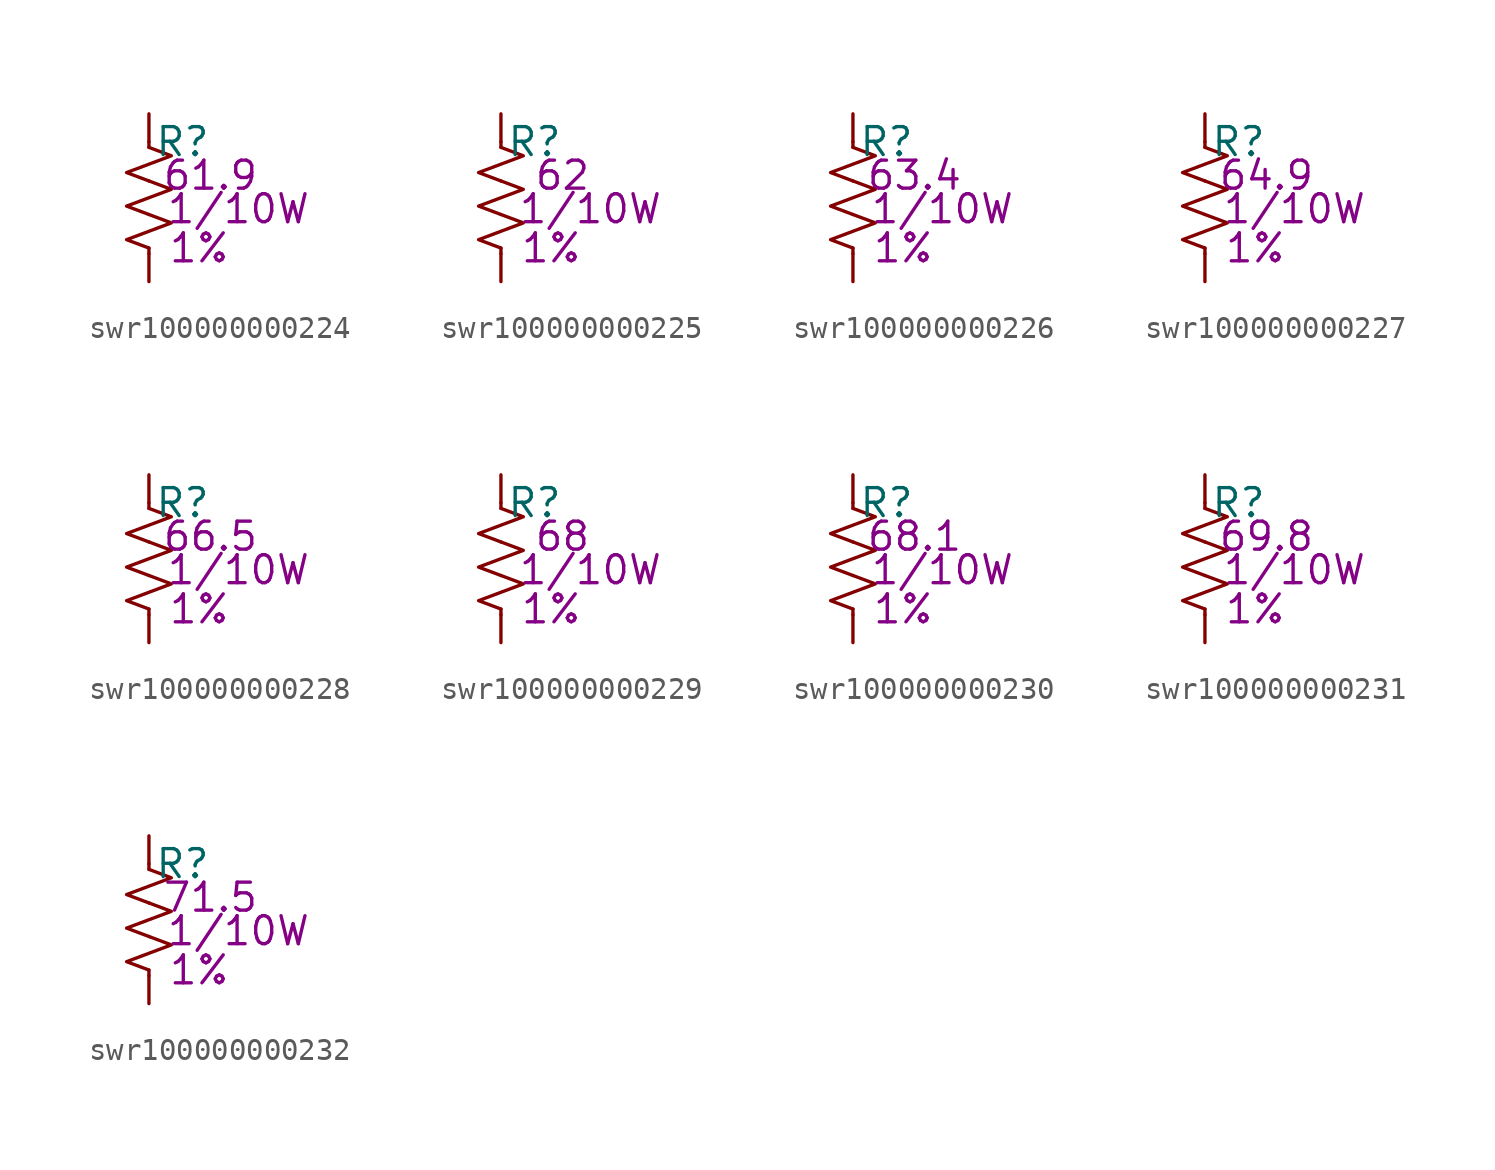
<source format=kicad_sym>
(kicad_symbol_lib
  (version 20211014)
  (generator kicad_symbol_editor)
  (symbol "swr100000000224"
    (pin_numbers hide)
    (pin_names
      (offset 1.016))
    (property "Reference" "R"
      (at 1.524 2.54 0)
      (effects (font (size 1.27 1.27))))
    (property "Tolerance" "1%"
      (at 2.286 -2.286 0)
      (effects (font (size 1.27 1.27))))
    (property "Wattage" "1/10W"
      (at 4.064 -0.508 0)
      (effects (font (size 1.27 1.27))))
    (property "PartValue" "61.9"
      (at 2.794 1.016 0)
      (effects (font (size 1.27 1.27))))
    (symbol "swr100000000224_1_1"
      (polyline (pts (xy 0 -2.286) (xy 0 -2.54)) (stroke (width 0) (type default) (color 0 0 0 0)) (fill (type none)))
      (polyline (pts (xy 0 2.286) (xy 0 2.54)) (stroke (width 0) (type default) (color 0 0 0 0)) (fill (type none)))
      (polyline (pts (xy 0 -0.762) (xy 1.016 -1.143) (xy 0 -1.524) (xy -1.016 -1.905) (xy 0 -2.286)) (stroke (width 0) (type default) (color 0 0 0 0)) (fill (type none)))
      (polyline (pts (xy 0 0.762) (xy 1.016 0.381) (xy 0 0) (xy -1.016 -0.381) (xy 0 -0.762)) (stroke (width 0) (type default) (color 0 0 0 0)) (fill (type none)))
      (polyline (pts (xy 0 2.286) (xy 1.016 1.905) (xy 0 1.524) (xy -1.016 1.143) (xy 0 0.762)) (stroke (width 0) (type default) (color 0 0 0 0)) (fill (type none)))
      (pin passive line (at 0 3.81 270) (length 1.27) (name "~" (effects (font (size 1.27 1.27)))) (number "1" (effects (font (size 1.27 1.27)))))
      (pin passive line (at 0 -3.81 90) (length 1.27) (name "~" (effects (font (size 1.27 1.27)))) (number "2" (effects (font (size 1.27 1.27)))))))
  (symbol "swr100000000225"
    (pin_numbers hide)
    (pin_names
      (offset 1.016))
    (property "Reference" "R"
      (at 1.524 2.54 0)
      (effects (font (size 1.27 1.27))))
    (property "Tolerance" "1%"
      (at 2.286 -2.286 0)
      (effects (font (size 1.27 1.27))))
    (property "Wattage" "1/10W"
      (at 4.064 -0.508 0)
      (effects (font (size 1.27 1.27))))
    (property "PartValue" "62"
      (at 2.794 1.016 0)
      (effects (font (size 1.27 1.27))))
    (symbol "swr100000000225_1_1"
      (polyline (pts (xy 0 -2.286) (xy 0 -2.54)) (stroke (width 0) (type default) (color 0 0 0 0)) (fill (type none)))
      (polyline (pts (xy 0 2.286) (xy 0 2.54)) (stroke (width 0) (type default) (color 0 0 0 0)) (fill (type none)))
      (polyline (pts (xy 0 -0.762) (xy 1.016 -1.143) (xy 0 -1.524) (xy -1.016 -1.905) (xy 0 -2.286)) (stroke (width 0) (type default) (color 0 0 0 0)) (fill (type none)))
      (polyline (pts (xy 0 0.762) (xy 1.016 0.381) (xy 0 0) (xy -1.016 -0.381) (xy 0 -0.762)) (stroke (width 0) (type default) (color 0 0 0 0)) (fill (type none)))
      (polyline (pts (xy 0 2.286) (xy 1.016 1.905) (xy 0 1.524) (xy -1.016 1.143) (xy 0 0.762)) (stroke (width 0) (type default) (color 0 0 0 0)) (fill (type none)))
      (pin passive line (at 0 3.81 270) (length 1.27) (name "~" (effects (font (size 1.27 1.27)))) (number "1" (effects (font (size 1.27 1.27)))))
      (pin passive line (at 0 -3.81 90) (length 1.27) (name "~" (effects (font (size 1.27 1.27)))) (number "2" (effects (font (size 1.27 1.27)))))))
  (symbol "swr100000000226"
    (pin_numbers hide)
    (pin_names
      (offset 1.016))
    (property "Reference" "R"
      (at 1.524 2.54 0)
      (effects (font (size 1.27 1.27))))
    (property "Tolerance" "1%"
      (at 2.286 -2.286 0)
      (effects (font (size 1.27 1.27))))
    (property "Wattage" "1/10W"
      (at 4.064 -0.508 0)
      (effects (font (size 1.27 1.27))))
    (property "PartValue" "63.4"
      (at 2.794 1.016 0)
      (effects (font (size 1.27 1.27))))
    (symbol "swr100000000226_1_1"
      (polyline (pts (xy 0 -2.286) (xy 0 -2.54)) (stroke (width 0) (type default) (color 0 0 0 0)) (fill (type none)))
      (polyline (pts (xy 0 2.286) (xy 0 2.54)) (stroke (width 0) (type default) (color 0 0 0 0)) (fill (type none)))
      (polyline (pts (xy 0 -0.762) (xy 1.016 -1.143) (xy 0 -1.524) (xy -1.016 -1.905) (xy 0 -2.286)) (stroke (width 0) (type default) (color 0 0 0 0)) (fill (type none)))
      (polyline (pts (xy 0 0.762) (xy 1.016 0.381) (xy 0 0) (xy -1.016 -0.381) (xy 0 -0.762)) (stroke (width 0) (type default) (color 0 0 0 0)) (fill (type none)))
      (polyline (pts (xy 0 2.286) (xy 1.016 1.905) (xy 0 1.524) (xy -1.016 1.143) (xy 0 0.762)) (stroke (width 0) (type default) (color 0 0 0 0)) (fill (type none)))
      (pin passive line (at 0 3.81 270) (length 1.27) (name "~" (effects (font (size 1.27 1.27)))) (number "1" (effects (font (size 1.27 1.27)))))
      (pin passive line (at 0 -3.81 90) (length 1.27) (name "~" (effects (font (size 1.27 1.27)))) (number "2" (effects (font (size 1.27 1.27)))))))
  (symbol "swr100000000227"
    (pin_numbers hide)
    (pin_names
      (offset 1.016))
    (property "Reference" "R"
      (at 1.524 2.54 0)
      (effects (font (size 1.27 1.27))))
    (property "Tolerance" "1%"
      (at 2.286 -2.286 0)
      (effects (font (size 1.27 1.27))))
    (property "Wattage" "1/10W"
      (at 4.064 -0.508 0)
      (effects (font (size 1.27 1.27))))
    (property "PartValue" "64.9"
      (at 2.794 1.016 0)
      (effects (font (size 1.27 1.27))))
    (symbol "swr100000000227_1_1"
      (polyline (pts (xy 0 -2.286) (xy 0 -2.54)) (stroke (width 0) (type default) (color 0 0 0 0)) (fill (type none)))
      (polyline (pts (xy 0 2.286) (xy 0 2.54)) (stroke (width 0) (type default) (color 0 0 0 0)) (fill (type none)))
      (polyline (pts (xy 0 -0.762) (xy 1.016 -1.143) (xy 0 -1.524) (xy -1.016 -1.905) (xy 0 -2.286)) (stroke (width 0) (type default) (color 0 0 0 0)) (fill (type none)))
      (polyline (pts (xy 0 0.762) (xy 1.016 0.381) (xy 0 0) (xy -1.016 -0.381) (xy 0 -0.762)) (stroke (width 0) (type default) (color 0 0 0 0)) (fill (type none)))
      (polyline (pts (xy 0 2.286) (xy 1.016 1.905) (xy 0 1.524) (xy -1.016 1.143) (xy 0 0.762)) (stroke (width 0) (type default) (color 0 0 0 0)) (fill (type none)))
      (pin passive line (at 0 3.81 270) (length 1.27) (name "~" (effects (font (size 1.27 1.27)))) (number "1" (effects (font (size 1.27 1.27)))))
      (pin passive line (at 0 -3.81 90) (length 1.27) (name "~" (effects (font (size 1.27 1.27)))) (number "2" (effects (font (size 1.27 1.27)))))))
  (symbol "swr100000000228"
    (pin_numbers hide)
    (pin_names
      (offset 1.016))
    (property "Reference" "R"
      (at 1.524 2.54 0)
      (effects (font (size 1.27 1.27))))
    (property "Tolerance" "1%"
      (at 2.286 -2.286 0)
      (effects (font (size 1.27 1.27))))
    (property "Wattage" "1/10W"
      (at 4.064 -0.508 0)
      (effects (font (size 1.27 1.27))))
    (property "PartValue" "66.5"
      (at 2.794 1.016 0)
      (effects (font (size 1.27 1.27))))
    (symbol "swr100000000228_1_1"
      (polyline (pts (xy 0 -2.286) (xy 0 -2.54)) (stroke (width 0) (type default) (color 0 0 0 0)) (fill (type none)))
      (polyline (pts (xy 0 2.286) (xy 0 2.54)) (stroke (width 0) (type default) (color 0 0 0 0)) (fill (type none)))
      (polyline (pts (xy 0 -0.762) (xy 1.016 -1.143) (xy 0 -1.524) (xy -1.016 -1.905) (xy 0 -2.286)) (stroke (width 0) (type default) (color 0 0 0 0)) (fill (type none)))
      (polyline (pts (xy 0 0.762) (xy 1.016 0.381) (xy 0 0) (xy -1.016 -0.381) (xy 0 -0.762)) (stroke (width 0) (type default) (color 0 0 0 0)) (fill (type none)))
      (polyline (pts (xy 0 2.286) (xy 1.016 1.905) (xy 0 1.524) (xy -1.016 1.143) (xy 0 0.762)) (stroke (width 0) (type default) (color 0 0 0 0)) (fill (type none)))
      (pin passive line (at 0 3.81 270) (length 1.27) (name "~" (effects (font (size 1.27 1.27)))) (number "1" (effects (font (size 1.27 1.27)))))
      (pin passive line (at 0 -3.81 90) (length 1.27) (name "~" (effects (font (size 1.27 1.27)))) (number "2" (effects (font (size 1.27 1.27)))))))
  (symbol "swr100000000229"
    (pin_numbers hide)
    (pin_names
      (offset 1.016))
    (property "Reference" "R"
      (at 1.524 2.54 0)
      (effects (font (size 1.27 1.27))))
    (property "Tolerance" "1%"
      (at 2.286 -2.286 0)
      (effects (font (size 1.27 1.27))))
    (property "Wattage" "1/10W"
      (at 4.064 -0.508 0)
      (effects (font (size 1.27 1.27))))
    (property "PartValue" "68"
      (at 2.794 1.016 0)
      (effects (font (size 1.27 1.27))))
    (symbol "swr100000000229_1_1"
      (polyline (pts (xy 0 -2.286) (xy 0 -2.54)) (stroke (width 0) (type default) (color 0 0 0 0)) (fill (type none)))
      (polyline (pts (xy 0 2.286) (xy 0 2.54)) (stroke (width 0) (type default) (color 0 0 0 0)) (fill (type none)))
      (polyline (pts (xy 0 -0.762) (xy 1.016 -1.143) (xy 0 -1.524) (xy -1.016 -1.905) (xy 0 -2.286)) (stroke (width 0) (type default) (color 0 0 0 0)) (fill (type none)))
      (polyline (pts (xy 0 0.762) (xy 1.016 0.381) (xy 0 0) (xy -1.016 -0.381) (xy 0 -0.762)) (stroke (width 0) (type default) (color 0 0 0 0)) (fill (type none)))
      (polyline (pts (xy 0 2.286) (xy 1.016 1.905) (xy 0 1.524) (xy -1.016 1.143) (xy 0 0.762)) (stroke (width 0) (type default) (color 0 0 0 0)) (fill (type none)))
      (pin passive line (at 0 3.81 270) (length 1.27) (name "~" (effects (font (size 1.27 1.27)))) (number "1" (effects (font (size 1.27 1.27)))))
      (pin passive line (at 0 -3.81 90) (length 1.27) (name "~" (effects (font (size 1.27 1.27)))) (number "2" (effects (font (size 1.27 1.27)))))))
  (symbol "swr100000000230"
    (pin_numbers hide)
    (pin_names
      (offset 1.016))
    (property "Reference" "R"
      (at 1.524 2.54 0)
      (effects (font (size 1.27 1.27))))
    (property "Tolerance" "1%"
      (at 2.286 -2.286 0)
      (effects (font (size 1.27 1.27))))
    (property "Wattage" "1/10W"
      (at 4.064 -0.508 0)
      (effects (font (size 1.27 1.27))))
    (property "PartValue" "68.1"
      (at 2.794 1.016 0)
      (effects (font (size 1.27 1.27))))
    (symbol "swr100000000230_1_1"
      (polyline (pts (xy 0 -2.286) (xy 0 -2.54)) (stroke (width 0) (type default) (color 0 0 0 0)) (fill (type none)))
      (polyline (pts (xy 0 2.286) (xy 0 2.54)) (stroke (width 0) (type default) (color 0 0 0 0)) (fill (type none)))
      (polyline (pts (xy 0 -0.762) (xy 1.016 -1.143) (xy 0 -1.524) (xy -1.016 -1.905) (xy 0 -2.286)) (stroke (width 0) (type default) (color 0 0 0 0)) (fill (type none)))
      (polyline (pts (xy 0 0.762) (xy 1.016 0.381) (xy 0 0) (xy -1.016 -0.381) (xy 0 -0.762)) (stroke (width 0) (type default) (color 0 0 0 0)) (fill (type none)))
      (polyline (pts (xy 0 2.286) (xy 1.016 1.905) (xy 0 1.524) (xy -1.016 1.143) (xy 0 0.762)) (stroke (width 0) (type default) (color 0 0 0 0)) (fill (type none)))
      (pin passive line (at 0 3.81 270) (length 1.27) (name "~" (effects (font (size 1.27 1.27)))) (number "1" (effects (font (size 1.27 1.27)))))
      (pin passive line (at 0 -3.81 90) (length 1.27) (name "~" (effects (font (size 1.27 1.27)))) (number "2" (effects (font (size 1.27 1.27)))))))
  (symbol "swr100000000231"
    (pin_numbers hide)
    (pin_names
      (offset 1.016))
    (property "Reference" "R"
      (at 1.524 2.54 0)
      (effects (font (size 1.27 1.27))))
    (property "Tolerance" "1%"
      (at 2.286 -2.286 0)
      (effects (font (size 1.27 1.27))))
    (property "Wattage" "1/10W"
      (at 4.064 -0.508 0)
      (effects (font (size 1.27 1.27))))
    (property "PartValue" "69.8"
      (at 2.794 1.016 0)
      (effects (font (size 1.27 1.27))))
    (symbol "swr100000000231_1_1"
      (polyline (pts (xy 0 -2.286) (xy 0 -2.54)) (stroke (width 0) (type default) (color 0 0 0 0)) (fill (type none)))
      (polyline (pts (xy 0 2.286) (xy 0 2.54)) (stroke (width 0) (type default) (color 0 0 0 0)) (fill (type none)))
      (polyline (pts (xy 0 -0.762) (xy 1.016 -1.143) (xy 0 -1.524) (xy -1.016 -1.905) (xy 0 -2.286)) (stroke (width 0) (type default) (color 0 0 0 0)) (fill (type none)))
      (polyline (pts (xy 0 0.762) (xy 1.016 0.381) (xy 0 0) (xy -1.016 -0.381) (xy 0 -0.762)) (stroke (width 0) (type default) (color 0 0 0 0)) (fill (type none)))
      (polyline (pts (xy 0 2.286) (xy 1.016 1.905) (xy 0 1.524) (xy -1.016 1.143) (xy 0 0.762)) (stroke (width 0) (type default) (color 0 0 0 0)) (fill (type none)))
      (pin passive line (at 0 3.81 270) (length 1.27) (name "~" (effects (font (size 1.27 1.27)))) (number "1" (effects (font (size 1.27 1.27)))))
      (pin passive line (at 0 -3.81 90) (length 1.27) (name "~" (effects (font (size 1.27 1.27)))) (number "2" (effects (font (size 1.27 1.27)))))))
  (symbol "swr100000000232"
    (pin_numbers hide)
    (pin_names
      (offset 1.016))
    (property "Reference" "R"
      (at 1.524 2.54 0)
      (effects (font (size 1.27 1.27))))
    (property "Tolerance" "1%"
      (at 2.286 -2.286 0)
      (effects (font (size 1.27 1.27))))
    (property "Wattage" "1/10W"
      (at 4.064 -0.508 0)
      (effects (font (size 1.27 1.27))))
    (property "PartValue" "71.5"
      (at 2.794 1.016 0)
      (effects (font (size 1.27 1.27))))
    (symbol "swr100000000232_1_1"
      (polyline (pts (xy 0 -2.286) (xy 0 -2.54)) (stroke (width 0) (type default) (color 0 0 0 0)) (fill (type none)))
      (polyline (pts (xy 0 2.286) (xy 0 2.54)) (stroke (width 0) (type default) (color 0 0 0 0)) (fill (type none)))
      (polyline (pts (xy 0 -0.762) (xy 1.016 -1.143) (xy 0 -1.524) (xy -1.016 -1.905) (xy 0 -2.286)) (stroke (width 0) (type default) (color 0 0 0 0)) (fill (type none)))
      (polyline (pts (xy 0 0.762) (xy 1.016 0.381) (xy 0 0) (xy -1.016 -0.381) (xy 0 -0.762)) (stroke (width 0) (type default) (color 0 0 0 0)) (fill (type none)))
      (polyline (pts (xy 0 2.286) (xy 1.016 1.905) (xy 0 1.524) (xy -1.016 1.143) (xy 0 0.762)) (stroke (width 0) (type default) (color 0 0 0 0)) (fill (type none)))
      (pin passive line (at 0 3.81 270) (length 1.27) (name "~" (effects (font (size 1.27 1.27)))) (number "1" (effects (font (size 1.27 1.27)))))
      (pin passive line (at 0 -3.81 90) (length 1.27) (name "~" (effects (font (size 1.27 1.27)))) (number "2" (effects (font (size 1.27 1.27))))))))
</source>
